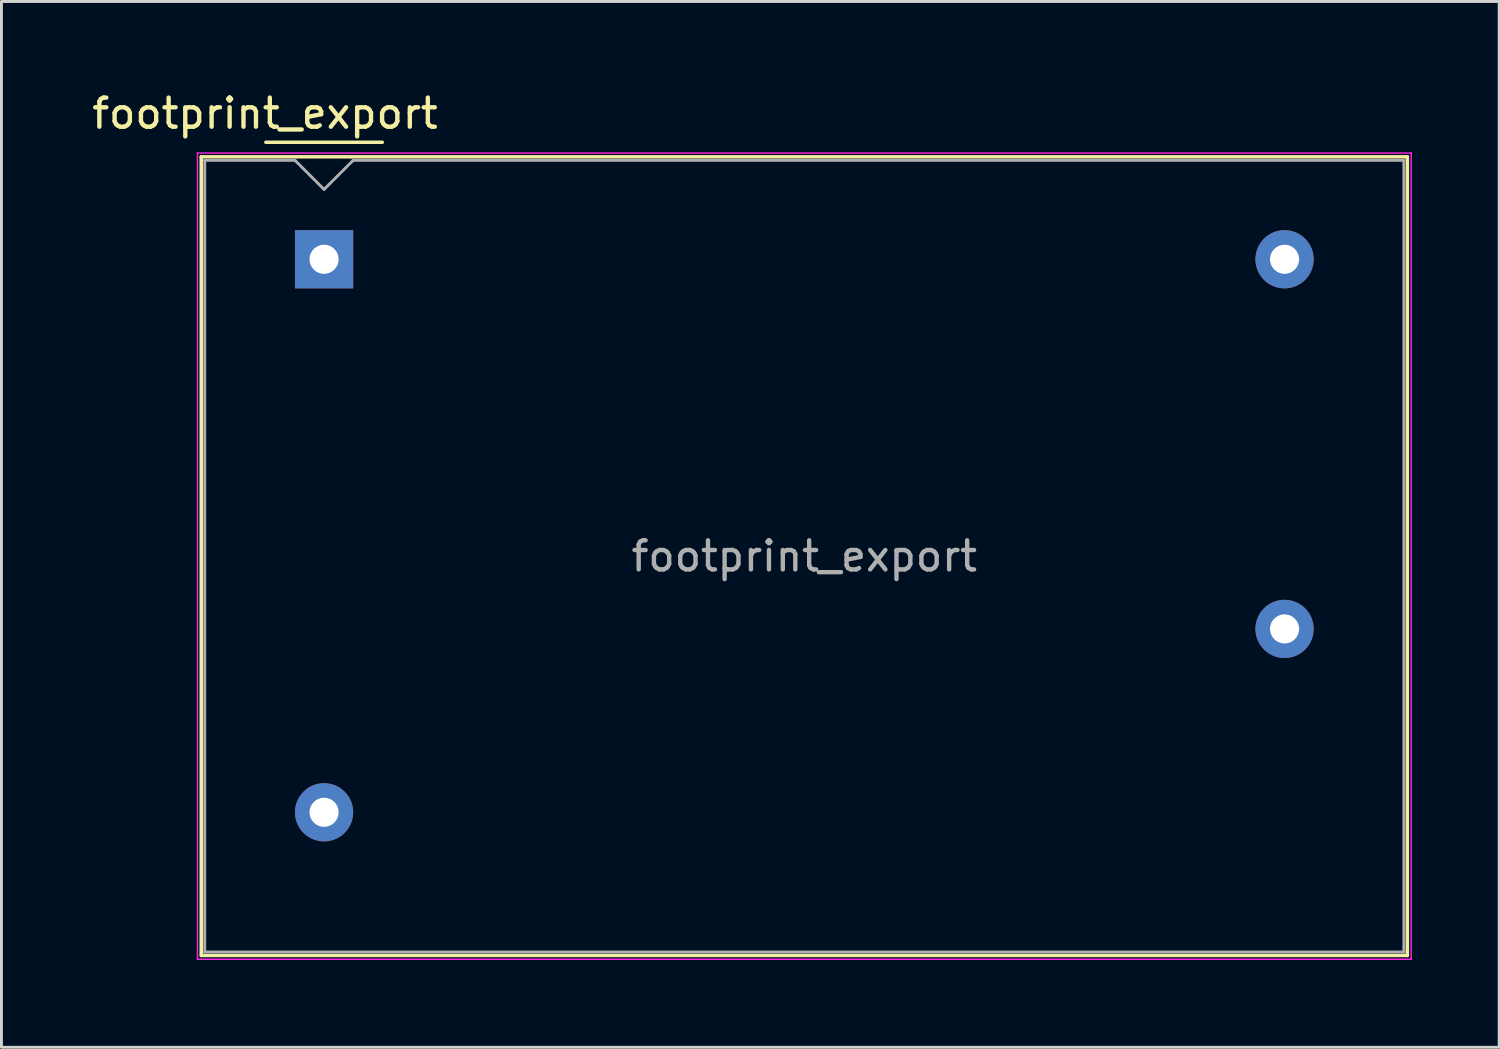
<source format=kicad_pcb>
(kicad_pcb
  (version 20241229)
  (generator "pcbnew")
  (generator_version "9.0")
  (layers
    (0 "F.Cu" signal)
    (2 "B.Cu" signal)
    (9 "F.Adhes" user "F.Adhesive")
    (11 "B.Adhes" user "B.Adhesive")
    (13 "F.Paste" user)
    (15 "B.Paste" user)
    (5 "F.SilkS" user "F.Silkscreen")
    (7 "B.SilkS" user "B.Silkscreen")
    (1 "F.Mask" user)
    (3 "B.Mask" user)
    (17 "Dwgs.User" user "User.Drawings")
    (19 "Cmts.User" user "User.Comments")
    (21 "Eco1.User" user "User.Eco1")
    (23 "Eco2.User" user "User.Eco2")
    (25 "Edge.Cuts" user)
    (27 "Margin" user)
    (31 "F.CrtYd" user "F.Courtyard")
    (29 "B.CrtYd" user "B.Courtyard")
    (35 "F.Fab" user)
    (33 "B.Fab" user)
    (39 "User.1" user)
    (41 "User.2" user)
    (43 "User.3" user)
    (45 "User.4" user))
  (footprint "footprint_export"
    (layer "F.Cu")
    (at 8.084 5.858)
    (property "Reference" "footprint_export" (at -2.03 -5.01 0) (layer "F.SilkS") (effects (font (size 1 1) (thickness 0.15))))
    (attr through_hole)
    (fp_line (start -4.22 -3.52) (end 37.22 -3.52) (stroke (width 0.12) (type solid)) (layer "F.SilkS"))
    (fp_line (start -4.22 23.92) (end -4.22 -3.52) (stroke (width 0.12) (type solid)) (layer "F.SilkS"))
    (fp_line (start -2 -4.02) (end 2 -4.02) (stroke (width 0.12) (type solid)) (layer "F.SilkS"))
    (fp_line (start 37.22 -3.52) (end 37.22 23.92) (stroke (width 0.12) (type solid)) (layer "F.SilkS"))
    (fp_line (start 37.22 23.92) (end -4.22 23.92) (stroke (width 0.12) (type solid)) (layer "F.SilkS"))
    (fp_line (start -4.35 -3.65) (end 37.35 -3.65) (stroke (width 0.05) (type solid)) (layer "F.CrtYd"))
    (fp_line (start -4.35 24.05) (end -4.35 -3.65) (stroke (width 0.05) (type solid)) (layer "F.CrtYd"))
    (fp_line (start 37.35 -3.65) (end 37.35 24.05) (stroke (width 0.05) (type solid)) (layer "F.CrtYd"))
    (fp_line (start 37.35 24.05) (end -4.35 24.05) (stroke (width 0.05) (type solid)) (layer "F.CrtYd"))
    (fp_line (start -4.1 -3.4) (end -1 -3.4) (stroke (width 0.1) (type solid)) (layer "F.Fab"))
    (fp_line (start -4.1 23.8) (end -4.1 -3.4) (stroke (width 0.1) (type solid)) (layer "F.Fab"))
    (fp_line (start -1 -3.4) (end 0 -2.4) (stroke (width 0.1) (type solid)) (layer "F.Fab"))
    (fp_line (start 0 -2.4) (end 1 -3.4) (stroke (width 0.1) (type solid)) (layer "F.Fab"))
    (fp_line (start 1 -3.4) (end 37.1 -3.4) (stroke (width 0.1) (type solid)) (layer "F.Fab"))
    (fp_line (start 37.1 -3.4) (end 37.1 23.8) (stroke (width 0.1) (type solid)) (layer "F.Fab"))
    (fp_line (start 37.1 23.8) (end -4.1 23.8) (stroke (width 0.1) (type solid)) (layer "F.Fab"))
    (fp_text user "${REFERENCE}" (at 16.5 10.2 0) (layer "F.Fab") (effects (font (size 1 1) (thickness 0.15))))
    (pad "1" thru_hole rect (at 0 0) (size 2 2) (drill 1) (layers "*.Cu" "*.Mask"))
    (pad "2" thru_hole circle (at 0 19) (size 2 2) (drill 1) (layers "*.Cu" "*.Mask"))
    (pad "3" thru_hole circle (at 33 0) (size 2 2) (drill 1) (layers "*.Cu" "*.Mask"))
    (pad "4" thru_hole circle (at 33 12.7) (size 2 2) (drill 1) (layers "*.Cu" "*.Mask")))
  (gr_rect
    (start -3 -3)
    (end 48.459 32.933)
    (stroke (width 0.1) (type default))
    (fill no)
    (layer "Edge.Cuts")))
</source>
